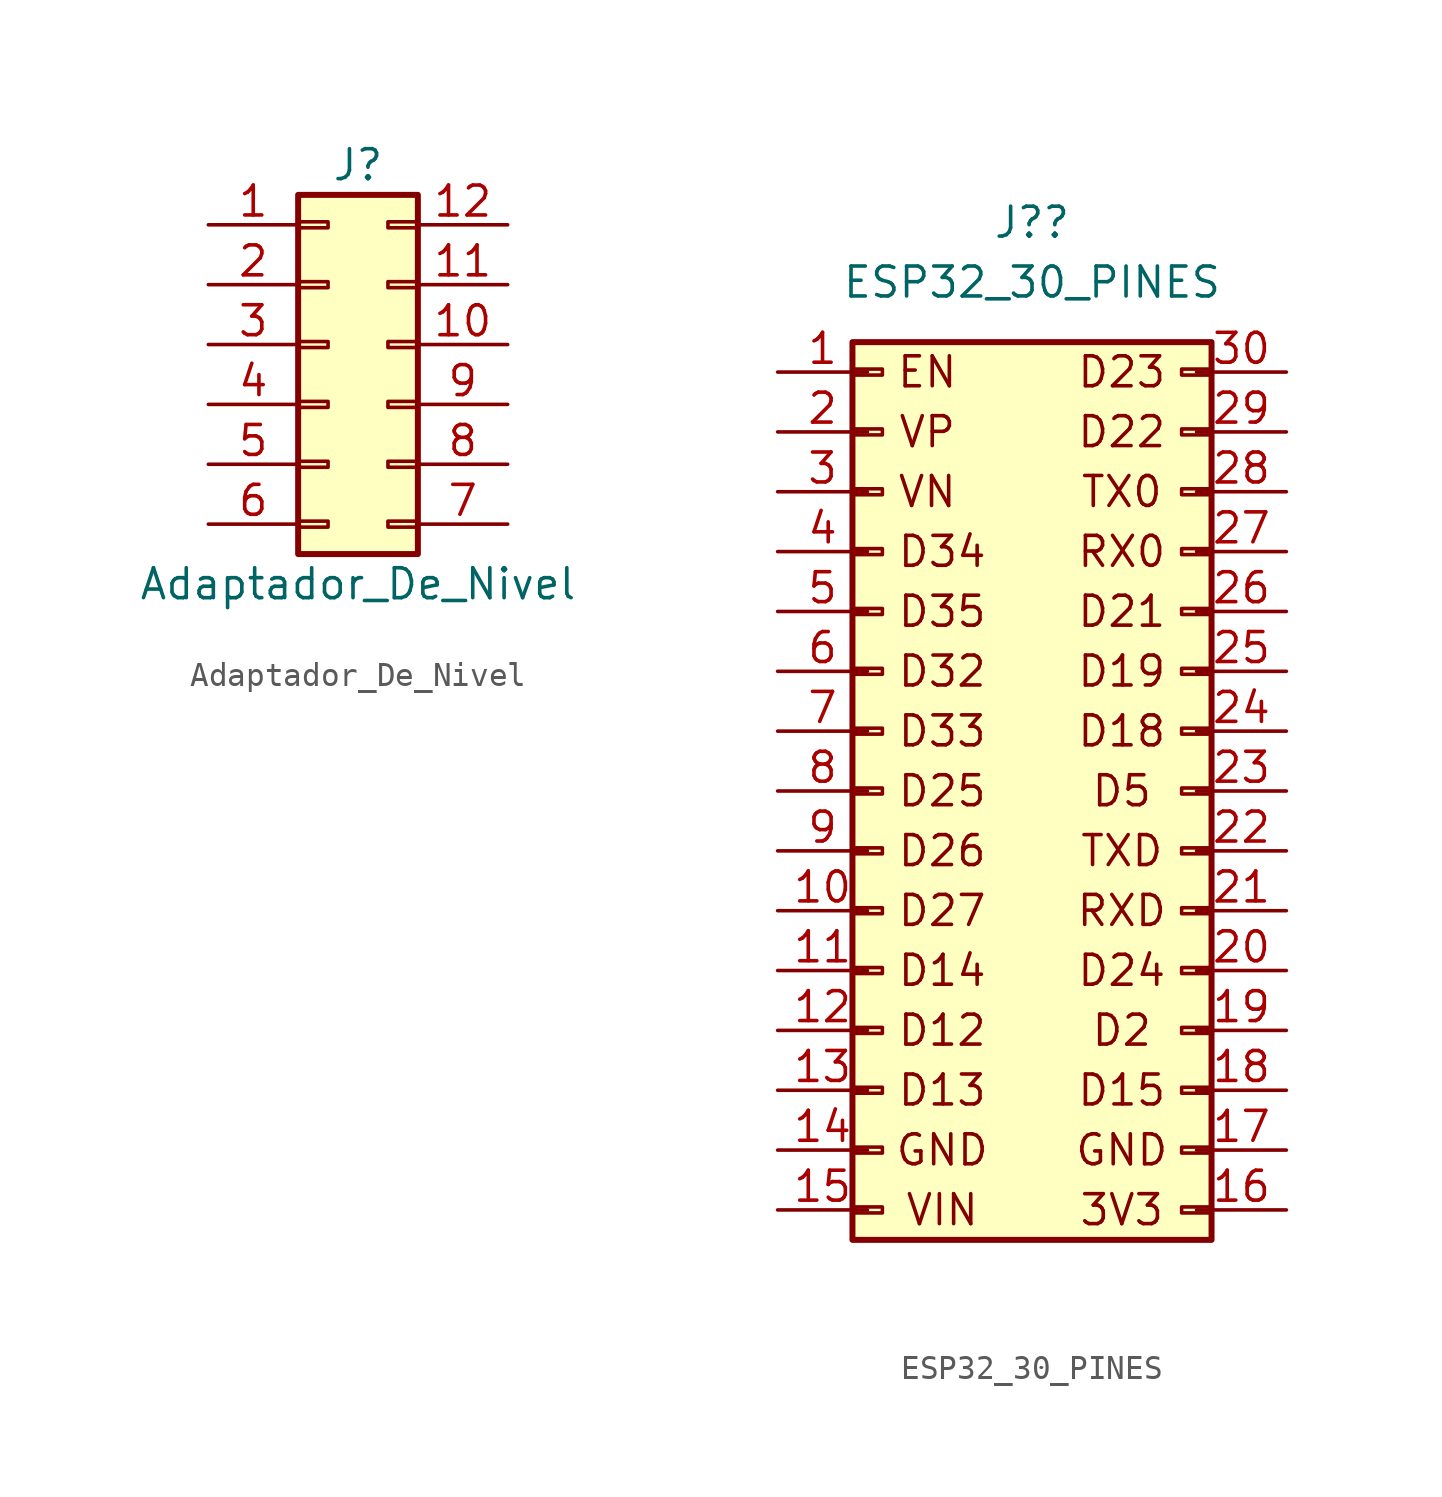
<source format=kicad_sym>
(kicad_symbol_lib
  (version 20211014)
  (generator kicad_symbol_editor)
  (symbol "Adaptador_De_Nivel"
    (pin_names
      (offset 1.016) hide)
    (property "Reference" "J"
      (at 1.27 7.62 0)
      (effects (font (size 1.27 1.27))))
    (property "Value" "Adaptador_De_Nivel"
      (at 1.27 -10.16 0)
      (effects (font (size 1.27 1.27))))
    (symbol "Adaptador_De_Nivel_1_1"
      (rectangle (start -1.27 -7.493) (end 0 -7.747) (stroke (width 0.152) (type default) (color 0 0 0 0)) (fill (type none)))
      (rectangle (start -1.27 -4.953) (end 0 -5.207) (stroke (width 0.152) (type default) (color 0 0 0 0)) (fill (type none)))
      (rectangle (start -1.27 -2.413) (end 0 -2.667) (stroke (width 0.152) (type default) (color 0 0 0 0)) (fill (type none)))
      (rectangle (start -1.27 0.127) (end 0 -0.127) (stroke (width 0.152) (type default) (color 0 0 0 0)) (fill (type none)))
      (rectangle (start -1.27 2.667) (end 0 2.413) (stroke (width 0.152) (type default) (color 0 0 0 0)) (fill (type none)))
      (rectangle (start -1.27 5.207) (end 0 4.953) (stroke (width 0.152) (type default) (color 0 0 0 0)) (fill (type none)))
      (rectangle (start -1.27 6.35) (end 3.81 -8.89) (stroke (width 0.254) (type default) (color 0 0 0 0)) (fill (type background)))
      (rectangle (start 3.81 -7.493) (end 2.54 -7.747) (stroke (width 0.152) (type default) (color 0 0 0 0)) (fill (type none)))
      (rectangle (start 3.81 -4.953) (end 2.54 -5.207) (stroke (width 0.152) (type default) (color 0 0 0 0)) (fill (type none)))
      (rectangle (start 3.81 -2.413) (end 2.54 -2.667) (stroke (width 0.152) (type default) (color 0 0 0 0)) (fill (type none)))
      (rectangle (start 3.81 0.127) (end 2.54 -0.127) (stroke (width 0.152) (type default) (color 0 0 0 0)) (fill (type none)))
      (rectangle (start 3.81 2.667) (end 2.54 2.413) (stroke (width 0.152) (type default) (color 0 0 0 0)) (fill (type none)))
      (rectangle (start 3.81 5.207) (end 2.54 4.953) (stroke (width 0.152) (type default) (color 0 0 0 0)) (fill (type none)))
      (pin passive line (at -5.08 5.08 0) (length 3.81) (name "Pin_1" (effects (font (size 1.27 1.27)))) (number "1" (effects (font (size 1.27 1.27)))))
      (pin passive line (at 7.62 0 180) (length 3.81) (name "Pin_10" (effects (font (size 1.27 1.27)))) (number "10" (effects (font (size 1.27 1.27)))))
      (pin passive line (at 7.62 2.54 180) (length 3.81) (name "Pin_11" (effects (font (size 1.27 1.27)))) (number "11" (effects (font (size 1.27 1.27)))))
      (pin passive line (at 7.62 5.08 180) (length 3.81) (name "Pin_12" (effects (font (size 1.27 1.27)))) (number "12" (effects (font (size 1.27 1.27)))))
      (pin passive line (at -5.08 2.54 0) (length 3.81) (name "Pin_2" (effects (font (size 1.27 1.27)))) (number "2" (effects (font (size 1.27 1.27)))))
      (pin passive line (at -5.08 0 0) (length 3.81) (name "Pin_3" (effects (font (size 1.27 1.27)))) (number "3" (effects (font (size 1.27 1.27)))))
      (pin passive line (at -5.08 -2.54 0) (length 3.81) (name "Pin_4" (effects (font (size 1.27 1.27)))) (number "4" (effects (font (size 1.27 1.27)))))
      (pin passive line (at -5.08 -5.08 0) (length 3.81) (name "Pin_5" (effects (font (size 1.27 1.27)))) (number "5" (effects (font (size 1.27 1.27)))))
      (pin passive line (at -5.08 -7.62 0) (length 3.81) (name "Pin_6" (effects (font (size 1.27 1.27)))) (number "6" (effects (font (size 1.27 1.27)))))
      (pin passive line (at 7.62 -7.62 180) (length 3.81) (name "Pin_7" (effects (font (size 1.27 1.27)))) (number "7" (effects (font (size 1.27 1.27)))))
      (pin passive line (at 7.62 -5.08 180) (length 3.81) (name "Pin_8" (effects (font (size 1.27 1.27)))) (number "8" (effects (font (size 1.27 1.27)))))
      (pin passive line (at 7.62 -2.54 180) (length 3.81) (name "Pin_9" (effects (font (size 1.27 1.27)))) (number "9" (effects (font (size 1.27 1.27)))))))
  (symbol "ESP32_30_PINES"
    (pin_names
      (offset 1.016) hide)
    (property "Reference" "J?"
      (at 0.635 24.13 0)
      (effects (font (size 1.27 1.27))))
    (property "Value" "ESP32_30_PINES"
      (at 0.635 21.59 0)
      (effects (font (size 1.27 1.27))))
    (symbol "ESP32_30_PINES_0_0"
      (text "3V3" (at 4.445 -17.78 0) (effects (font (size 1.27 1.27))))
      (text "D12" (at -3.175 -10.16 0) (effects (font (size 1.27 1.27))))
      (text "D13" (at -3.175 -12.7 0) (effects (font (size 1.27 1.27))))
      (text "D14" (at -3.175 -7.62 0) (effects (font (size 1.27 1.27))))
      (text "D15" (at 4.445 -12.7 0) (effects (font (size 1.27 1.27))))
      (text "D18" (at 4.445 2.54 0) (effects (font (size 1.27 1.27))))
      (text "D19" (at 4.445 5.08 0) (effects (font (size 1.27 1.27))))
      (text "D2" (at 4.445 -10.16 0) (effects (font (size 1.27 1.27))))
      (text "D21" (at 4.445 7.62 0) (effects (font (size 1.27 1.27))))
      (text "D22" (at 4.445 15.24 0) (effects (font (size 1.27 1.27))))
      (text "D23" (at 4.445 17.78 0) (effects (font (size 1.27 1.27))))
      (text "D24" (at 4.445 -7.62 0) (effects (font (size 1.27 1.27))))
      (text "D25" (at -3.175 0 0) (effects (font (size 1.27 1.27))))
      (text "D26" (at -3.175 -2.54 0) (effects (font (size 1.27 1.27))))
      (text "D27" (at -3.175 -5.08 0) (effects (font (size 1.27 1.27))))
      (text "D32" (at -3.175 5.08 0) (effects (font (size 1.27 1.27))))
      (text "D33" (at -3.175 2.54 0) (effects (font (size 1.27 1.27))))
      (text "D34" (at -3.175 10.16 0) (effects (font (size 1.27 1.27))))
      (text "D35" (at -3.175 7.62 0) (effects (font (size 1.27 1.27))))
      (text "D5" (at 4.445 0 0) (effects (font (size 1.27 1.27))))
      (text "EN" (at -3.81 17.78 0) (effects (font (size 1.27 1.27))))
      (text "GND" (at -3.175 -15.24 0) (effects (font (size 1.27 1.27))))
      (text "GND" (at 4.445 -15.24 0) (effects (font (size 1.27 1.27))))
      (text "RX0" (at 4.445 10.16 0) (effects (font (size 1.27 1.27))))
      (text "RXD" (at 4.445 -5.08 0) (effects (font (size 1.27 1.27))))
      (text "TX0" (at 4.445 12.7 0) (effects (font (size 1.27 1.27))))
      (text "TXD" (at 4.445 -2.54 0) (effects (font (size 1.27 1.27))))
      (text "VIN" (at -3.175 -17.78 0) (effects (font (size 1.27 1.27))))
      (text "VN" (at -3.81 12.7 0) (effects (font (size 1.27 1.27))))
      (text "VP" (at -3.81 15.24 0) (effects (font (size 1.27 1.27)))))
    (symbol "ESP32_30_PINES_1_1"
      (rectangle (start -6.985 -17.653) (end -5.715 -17.907) (stroke (width 0.152) (type default) (color 0 0 0 0)) (fill (type none)))
      (rectangle (start -6.985 -15.113) (end -5.715 -15.367) (stroke (width 0.152) (type default) (color 0 0 0 0)) (fill (type none)))
      (rectangle (start -6.985 -12.573) (end -5.715 -12.827) (stroke (width 0.152) (type default) (color 0 0 0 0)) (fill (type none)))
      (rectangle (start -6.985 -10.033) (end -5.715 -10.287) (stroke (width 0.152) (type default) (color 0 0 0 0)) (fill (type none)))
      (rectangle (start -6.985 -7.493) (end -5.715 -7.747) (stroke (width 0.152) (type default) (color 0 0 0 0)) (fill (type none)))
      (rectangle (start -6.985 -4.953) (end -5.715 -5.207) (stroke (width 0.152) (type default) (color 0 0 0 0)) (fill (type none)))
      (rectangle (start -6.985 -2.413) (end -5.715 -2.667) (stroke (width 0.152) (type default) (color 0 0 0 0)) (fill (type none)))
      (rectangle (start -6.985 0.127) (end -5.715 -0.127) (stroke (width 0.152) (type default) (color 0 0 0 0)) (fill (type none)))
      (rectangle (start -6.985 2.667) (end -5.715 2.413) (stroke (width 0.152) (type default) (color 0 0 0 0)) (fill (type none)))
      (rectangle (start -6.985 5.207) (end -5.715 4.953) (stroke (width 0.152) (type default) (color 0 0 0 0)) (fill (type none)))
      (rectangle (start -6.985 7.747) (end -5.715 7.493) (stroke (width 0.152) (type default) (color 0 0 0 0)) (fill (type none)))
      (rectangle (start -6.985 10.287) (end -5.715 10.033) (stroke (width 0.152) (type default) (color 0 0 0 0)) (fill (type none)))
      (rectangle (start -6.985 12.827) (end -5.715 12.573) (stroke (width 0.152) (type default) (color 0 0 0 0)) (fill (type none)))
      (rectangle (start -6.985 15.367) (end -5.715 15.113) (stroke (width 0.152) (type default) (color 0 0 0 0)) (fill (type none)))
      (rectangle (start -6.985 17.907) (end -5.715 17.653) (stroke (width 0.152) (type default) (color 0 0 0 0)) (fill (type none)))
      (rectangle (start -6.985 19.05) (end 8.255 -19.05) (stroke (width 0.254) (type default) (color 0 0 0 0)) (fill (type background)))
      (rectangle (start 8.255 -17.653) (end 6.985 -17.907) (stroke (width 0.152) (type default) (color 0 0 0 0)) (fill (type none)))
      (rectangle (start 8.255 -15.113) (end 6.985 -15.367) (stroke (width 0.152) (type default) (color 0 0 0 0)) (fill (type none)))
      (rectangle (start 8.255 -12.573) (end 6.985 -12.827) (stroke (width 0.152) (type default) (color 0 0 0 0)) (fill (type none)))
      (rectangle (start 8.255 -10.033) (end 6.985 -10.287) (stroke (width 0.152) (type default) (color 0 0 0 0)) (fill (type none)))
      (rectangle (start 8.255 -7.493) (end 6.985 -7.747) (stroke (width 0.152) (type default) (color 0 0 0 0)) (fill (type none)))
      (rectangle (start 8.255 -4.953) (end 6.985 -5.207) (stroke (width 0.152) (type default) (color 0 0 0 0)) (fill (type none)))
      (rectangle (start 8.255 -2.413) (end 6.985 -2.667) (stroke (width 0.152) (type default) (color 0 0 0 0)) (fill (type none)))
      (rectangle (start 8.255 0.127) (end 6.985 -0.127) (stroke (width 0.152) (type default) (color 0 0 0 0)) (fill (type none)))
      (rectangle (start 8.255 2.667) (end 6.985 2.413) (stroke (width 0.152) (type default) (color 0 0 0 0)) (fill (type none)))
      (rectangle (start 8.255 5.207) (end 6.985 4.953) (stroke (width 0.152) (type default) (color 0 0 0 0)) (fill (type none)))
      (rectangle (start 8.255 7.747) (end 6.985 7.493) (stroke (width 0.152) (type default) (color 0 0 0 0)) (fill (type none)))
      (rectangle (start 8.255 10.287) (end 6.985 10.033) (stroke (width 0.152) (type default) (color 0 0 0 0)) (fill (type none)))
      (rectangle (start 8.255 12.827) (end 6.985 12.573) (stroke (width 0.152) (type default) (color 0 0 0 0)) (fill (type none)))
      (rectangle (start 8.255 15.367) (end 6.985 15.113) (stroke (width 0.152) (type default) (color 0 0 0 0)) (fill (type none)))
      (rectangle (start 8.255 17.907) (end 6.985 17.653) (stroke (width 0.152) (type default) (color 0 0 0 0)) (fill (type none)))
      (pin passive line (at -10.16 17.78 0) (length 3.81) (name "Pin_1" (effects (font (size 1.27 1.27)))) (number "1" (effects (font (size 1.27 1.27)))))
      (pin passive line (at -10.16 -5.08 0) (length 3.81) (name "Pin_10" (effects (font (size 1.27 1.27)))) (number "10" (effects (font (size 1.27 1.27)))))
      (pin passive line (at -10.16 -7.62 0) (length 3.81) (name "Pin_11" (effects (font (size 1.27 1.27)))) (number "11" (effects (font (size 1.27 1.27)))))
      (pin passive line (at -10.16 -10.16 0) (length 3.81) (name "Pin_12" (effects (font (size 1.27 1.27)))) (number "12" (effects (font (size 1.27 1.27)))))
      (pin passive line (at -10.16 -12.7 0) (length 3.81) (name "Pin_13" (effects (font (size 1.27 1.27)))) (number "13" (effects (font (size 1.27 1.27)))))
      (pin passive line (at -10.16 -15.24 0) (length 3.81) (name "Pin_14" (effects (font (size 1.27 1.27)))) (number "14" (effects (font (size 1.27 1.27)))))
      (pin passive line (at -10.16 -17.78 0) (length 3.81) (name "Pin_15" (effects (font (size 1.27 1.27)))) (number "15" (effects (font (size 1.27 1.27)))))
      (pin passive line (at 11.43 -17.78 180) (length 3.81) (name "Pin_16" (effects (font (size 1.27 1.27)))) (number "16" (effects (font (size 1.27 1.27)))))
      (pin passive line (at 11.43 -15.24 180) (length 3.81) (name "Pin_17" (effects (font (size 1.27 1.27)))) (number "17" (effects (font (size 1.27 1.27)))))
      (pin passive line (at 11.43 -12.7 180) (length 3.81) (name "Pin_18" (effects (font (size 1.27 1.27)))) (number "18" (effects (font (size 1.27 1.27)))))
      (pin passive line (at 11.43 -10.16 180) (length 3.81) (name "Pin_19" (effects (font (size 1.27 1.27)))) (number "19" (effects (font (size 1.27 1.27)))))
      (pin passive line (at -10.16 15.24 0) (length 3.81) (name "Pin_2" (effects (font (size 1.27 1.27)))) (number "2" (effects (font (size 1.27 1.27)))))
      (pin passive line (at 11.43 -7.62 180) (length 3.81) (name "Pin_20" (effects (font (size 1.27 1.27)))) (number "20" (effects (font (size 1.27 1.27)))))
      (pin passive line (at 11.43 -5.08 180) (length 3.81) (name "Pin_21" (effects (font (size 1.27 1.27)))) (number "21" (effects (font (size 1.27 1.27)))))
      (pin passive line (at 11.43 -2.54 180) (length 3.81) (name "Pin_22" (effects (font (size 1.27 1.27)))) (number "22" (effects (font (size 1.27 1.27)))))
      (pin passive line (at 11.43 0 180) (length 3.81) (name "Pin_23" (effects (font (size 1.27 1.27)))) (number "23" (effects (font (size 1.27 1.27)))))
      (pin passive line (at 11.43 2.54 180) (length 3.81) (name "Pin_24" (effects (font (size 1.27 1.27)))) (number "24" (effects (font (size 1.27 1.27)))))
      (pin passive line (at 11.43 5.08 180) (length 3.81) (name "Pin_25" (effects (font (size 1.27 1.27)))) (number "25" (effects (font (size 1.27 1.27)))))
      (pin passive line (at 11.43 7.62 180) (length 3.81) (name "Pin_26" (effects (font (size 1.27 1.27)))) (number "26" (effects (font (size 1.27 1.27)))))
      (pin passive line (at 11.43 10.16 180) (length 3.81) (name "Pin_27" (effects (font (size 1.27 1.27)))) (number "27" (effects (font (size 1.27 1.27)))))
      (pin passive line (at 11.43 12.7 180) (length 3.81) (name "Pin_28" (effects (font (size 1.27 1.27)))) (number "28" (effects (font (size 1.27 1.27)))))
      (pin passive line (at 11.43 15.24 180) (length 3.81) (name "Pin_29" (effects (font (size 1.27 1.27)))) (number "29" (effects (font (size 1.27 1.27)))))
      (pin passive line (at -10.16 12.7 0) (length 3.81) (name "Pin_3" (effects (font (size 1.27 1.27)))) (number "3" (effects (font (size 1.27 1.27)))))
      (pin passive line (at 11.43 17.78 180) (length 3.81) (name "Pin_30" (effects (font (size 1.27 1.27)))) (number "30" (effects (font (size 1.27 1.27)))))
      (pin passive line (at -10.16 10.16 0) (length 3.81) (name "Pin_4" (effects (font (size 1.27 1.27)))) (number "4" (effects (font (size 1.27 1.27)))))
      (pin passive line (at -10.16 7.62 0) (length 3.81) (name "Pin_5" (effects (font (size 1.27 1.27)))) (number "5" (effects (font (size 1.27 1.27)))))
      (pin passive line (at -10.16 5.08 0) (length 3.81) (name "Pin_6" (effects (font (size 1.27 1.27)))) (number "6" (effects (font (size 1.27 1.27)))))
      (pin passive line (at -10.16 2.54 0) (length 3.81) (name "Pin_7" (effects (font (size 1.27 1.27)))) (number "7" (effects (font (size 1.27 1.27)))))
      (pin passive line (at -10.16 0 0) (length 3.81) (name "Pin_8" (effects (font (size 1.27 1.27)))) (number "8" (effects (font (size 1.27 1.27)))))
      (pin passive line (at -10.16 -2.54 0) (length 3.81) (name "Pin_9" (effects (font (size 1.27 1.27)))) (number "9" (effects (font (size 1.27 1.27))))))))
</source>
